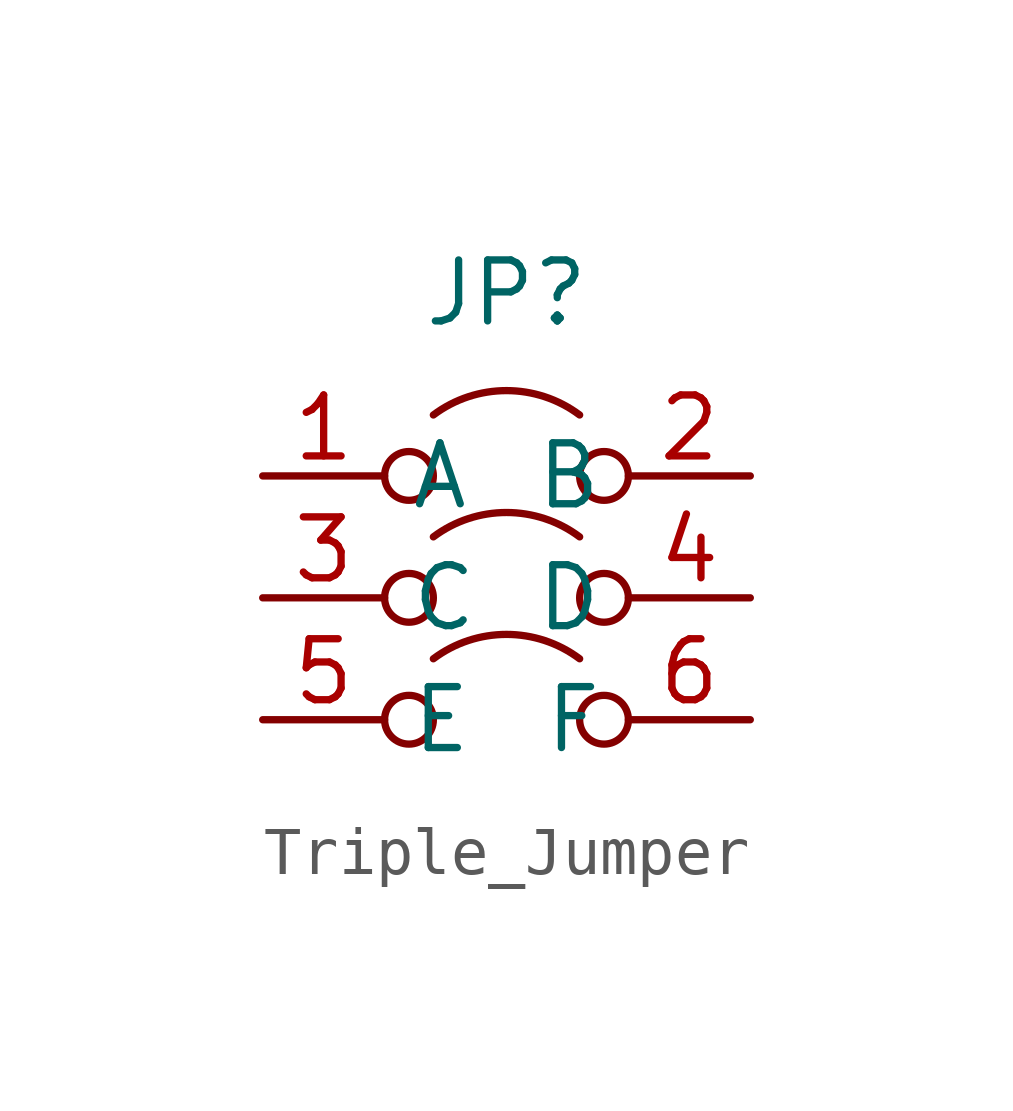
<source format=kicad_sym>
(kicad_symbol_lib
  (version 20220914)
  (generator kicad_symbol_editor)
  (symbol "Triple_Jumper"
    (property "Reference" "JP"
      (at 0 6.35 0)
      (effects (font (size 1.27 1.27))))
    (property "Value" ""
      (at 0 0 0)
      (effects (font (size 1.27 1.27))))
    (symbol "Triple_Jumper_0_0"
      (circle (center -2.032 -2.54) (radius 0.508) (stroke (width 0) (type default)) (fill (type none)))
      (circle (center -2.032 0) (radius 0.508) (stroke (width 0) (type default)) (fill (type none)))
      (circle (center -2.032 2.54) (radius 0.508) (stroke (width 0) (type default)) (fill (type none)))
      (circle (center 2.032 -2.54) (radius 0.508) (stroke (width 0) (type default)) (fill (type none)))
      (circle (center 2.032 0) (radius 0.508) (stroke (width 0) (type default)) (fill (type none)))
      (circle (center 2.032 2.54) (radius 0.508) (stroke (width 0) (type default)) (fill (type none))))
    (symbol "Triple_Jumper_0_1"
      (arc (start 1.524 -1.27) (mid 0 -0.762) (end -1.524 -1.27) (stroke (width 0) (type default)) (fill (type none)))
      (arc (start 1.524 1.27) (mid 0 1.778) (end -1.524 1.27) (stroke (width 0) (type default)) (fill (type none)))
      (arc (start 1.524 3.81) (mid 0 4.318) (end -1.524 3.81) (stroke (width 0) (type default)) (fill (type none))))
    (symbol "Triple_Jumper_1_1"
      (pin passive line (at -5.08 2.54 0) (length 2.54) (name "A" (effects (font (size 1.27 1.27)))) (number "1" (effects (font (size 1.27 1.27)))))
      (pin passive line (at 5.08 2.54 180) (length 2.54) (name "B" (effects (font (size 1.27 1.27)))) (number "2" (effects (font (size 1.27 1.27)))))
      (pin passive line (at -5.08 0 0) (length 2.54) (name "C" (effects (font (size 1.27 1.27)))) (number "3" (effects (font (size 1.27 1.27)))))
      (pin passive line (at 5.08 0 180) (length 2.54) (name "D" (effects (font (size 1.27 1.27)))) (number "4" (effects (font (size 1.27 1.27)))))
      (pin passive line (at -5.08 -2.54 0) (length 2.54) (name "E" (effects (font (size 1.27 1.27)))) (number "5" (effects (font (size 1.27 1.27)))))
      (pin passive line (at 5.08 -2.54 180) (length 2.54) (name "F" (effects (font (size 1.27 1.27)))) (number "6" (effects (font (size 1.27 1.27))))))))
</source>
